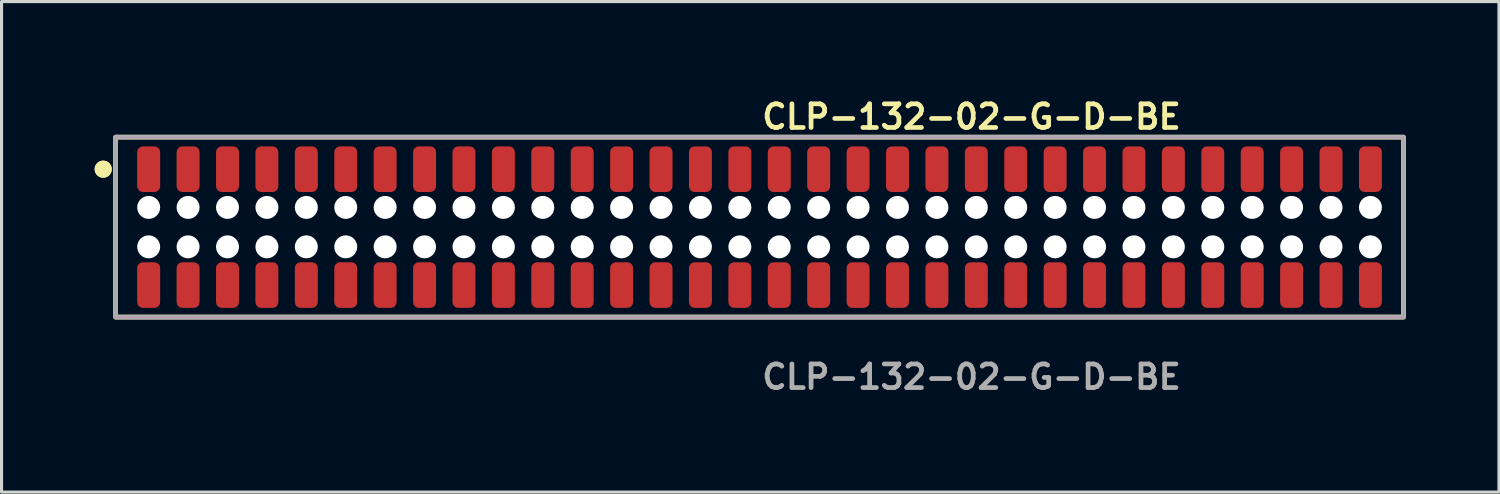
<source format=kicad_pcb>
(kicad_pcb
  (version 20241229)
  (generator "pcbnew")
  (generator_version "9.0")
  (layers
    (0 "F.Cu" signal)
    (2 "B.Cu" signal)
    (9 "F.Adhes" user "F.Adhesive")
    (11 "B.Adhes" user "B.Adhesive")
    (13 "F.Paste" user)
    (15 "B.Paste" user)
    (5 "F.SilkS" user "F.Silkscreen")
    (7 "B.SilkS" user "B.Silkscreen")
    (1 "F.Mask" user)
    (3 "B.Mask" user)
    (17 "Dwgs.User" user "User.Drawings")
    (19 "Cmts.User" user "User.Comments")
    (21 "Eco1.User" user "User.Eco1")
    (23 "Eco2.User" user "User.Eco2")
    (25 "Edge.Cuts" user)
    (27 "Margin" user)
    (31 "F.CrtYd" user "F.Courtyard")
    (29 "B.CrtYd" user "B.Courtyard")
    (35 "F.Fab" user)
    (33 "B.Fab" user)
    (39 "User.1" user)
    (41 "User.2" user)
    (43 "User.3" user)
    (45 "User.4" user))
  (footprint "CLP-132-02-G-D-BE"
    (layer "F.Cu")
    (at 21.426 4.269)
    (property "Reference" "CLP-132-02-G-D-BE" (at 0 -3.556 0) (unlocked yes) (layer "F.SilkS") (effects (font (size 0.762 0.762) (thickness 0.152)) (justify left)))
    (fp_rect (start -20.75 2.9) (end 20.75 -2.9) (stroke (width 0.152) (type solid)) (fill no) (layer "F.SilkS"))
    (fp_circle (center -21.15 -1.867) (end -21.35 -1.867) (stroke (width 0.152) (type solid)) (fill yes) (layer "F.SilkS"))
    (fp_circle (center -21.15 -1.867) (end -21.35 -1.867) (stroke (width 0.152) (type solid)) (fill yes) (layer "F.SilkS"))
    (fp_rect (start -20.75 2.9) (end 20.75 -2.9) (stroke (width 0.006) (type solid)) (fill no) (layer "F.CrtYd"))
    (fp_rect (start -20.75 2.9) (end 20.75 -2.9) (stroke (width 0.152) (type solid)) (fill no) (layer "F.Fab"))
    (fp_text user "${REFERENCE}" (at 0 4.826 0) (unlocked yes) (layer "F.Fab") (effects (font (size 0.762 0.762) (thickness 0.152)) (justify left)))
    (pad "" np_thru_hole circle (at -19.685 -0.635) (size 0.74 0.74) (drill 0.74) (layers "*.Cu" "*.Mask"))
    (pad "" np_thru_hole circle (at -19.685 0.635) (size 0.74 0.74) (drill 0.74) (layers "*.Cu" "*.Mask"))
    (pad "" np_thru_hole circle (at -18.415 -0.635) (size 0.74 0.74) (drill 0.74) (layers "*.Cu" "*.Mask"))
    (pad "" np_thru_hole circle (at -18.415 0.635) (size 0.74 0.74) (drill 0.74) (layers "*.Cu" "*.Mask"))
    (pad "" np_thru_hole circle (at -17.145 -0.635) (size 0.74 0.74) (drill 0.74) (layers "*.Cu" "*.Mask"))
    (pad "" np_thru_hole circle (at -17.145 0.635) (size 0.74 0.74) (drill 0.74) (layers "*.Cu" "*.Mask"))
    (pad "" np_thru_hole circle (at -15.875 -0.635) (size 0.74 0.74) (drill 0.74) (layers "*.Cu" "*.Mask"))
    (pad "" np_thru_hole circle (at -15.875 0.635) (size 0.74 0.74) (drill 0.74) (layers "*.Cu" "*.Mask"))
    (pad "" np_thru_hole circle (at -14.605 -0.635) (size 0.74 0.74) (drill 0.74) (layers "*.Cu" "*.Mask"))
    (pad "" np_thru_hole circle (at -14.605 0.635) (size 0.74 0.74) (drill 0.74) (layers "*.Cu" "*.Mask"))
    (pad "" np_thru_hole circle (at -13.335 -0.635) (size 0.74 0.74) (drill 0.74) (layers "*.Cu" "*.Mask"))
    (pad "" np_thru_hole circle (at -13.335 0.635) (size 0.74 0.74) (drill 0.74) (layers "*.Cu" "*.Mask"))
    (pad "" np_thru_hole circle (at -12.065 -0.635) (size 0.74 0.74) (drill 0.74) (layers "*.Cu" "*.Mask"))
    (pad "" np_thru_hole circle (at -12.065 0.635) (size 0.74 0.74) (drill 0.74) (layers "*.Cu" "*.Mask"))
    (pad "" np_thru_hole circle (at -10.795 -0.635) (size 0.74 0.74) (drill 0.74) (layers "*.Cu" "*.Mask"))
    (pad "" np_thru_hole circle (at -10.795 0.635) (size 0.74 0.74) (drill 0.74) (layers "*.Cu" "*.Mask"))
    (pad "" np_thru_hole circle (at -9.525 -0.635) (size 0.74 0.74) (drill 0.74) (layers "*.Cu" "*.Mask"))
    (pad "" np_thru_hole circle (at -9.525 0.635) (size 0.74 0.74) (drill 0.74) (layers "*.Cu" "*.Mask"))
    (pad "" np_thru_hole circle (at -8.255 -0.635) (size 0.74 0.74) (drill 0.74) (layers "*.Cu" "*.Mask"))
    (pad "" np_thru_hole circle (at -8.255 0.635) (size 0.74 0.74) (drill 0.74) (layers "*.Cu" "*.Mask"))
    (pad "" np_thru_hole circle (at -6.985 -0.635) (size 0.74 0.74) (drill 0.74) (layers "*.Cu" "*.Mask"))
    (pad "" np_thru_hole circle (at -6.985 0.635) (size 0.74 0.74) (drill 0.74) (layers "*.Cu" "*.Mask"))
    (pad "" np_thru_hole circle (at -5.715 -0.635) (size 0.74 0.74) (drill 0.74) (layers "*.Cu" "*.Mask"))
    (pad "" np_thru_hole circle (at -5.715 0.635) (size 0.74 0.74) (drill 0.74) (layers "*.Cu" "*.Mask"))
    (pad "" np_thru_hole circle (at -4.445 -0.635) (size 0.74 0.74) (drill 0.74) (layers "*.Cu" "*.Mask"))
    (pad "" np_thru_hole circle (at -4.445 0.635) (size 0.74 0.74) (drill 0.74) (layers "*.Cu" "*.Mask"))
    (pad "" np_thru_hole circle (at -3.175 -0.635) (size 0.74 0.74) (drill 0.74) (layers "*.Cu" "*.Mask"))
    (pad "" np_thru_hole circle (at -3.175 0.635) (size 0.74 0.74) (drill 0.74) (layers "*.Cu" "*.Mask"))
    (pad "" np_thru_hole circle (at -1.905 -0.635) (size 0.74 0.74) (drill 0.74) (layers "*.Cu" "*.Mask"))
    (pad "" np_thru_hole circle (at -1.905 0.635) (size 0.74 0.74) (drill 0.74) (layers "*.Cu" "*.Mask"))
    (pad "" np_thru_hole circle (at -0.635 -0.635) (size 0.74 0.74) (drill 0.74) (layers "*.Cu" "*.Mask"))
    (pad "" np_thru_hole circle (at -0.635 0.635) (size 0.74 0.74) (drill 0.74) (layers "*.Cu" "*.Mask"))
    (pad "" np_thru_hole circle (at 0.635 -0.635) (size 0.74 0.74) (drill 0.74) (layers "*.Cu" "*.Mask"))
    (pad "" np_thru_hole circle (at 0.635 0.635) (size 0.74 0.74) (drill 0.74) (layers "*.Cu" "*.Mask"))
    (pad "" np_thru_hole circle (at 1.905 -0.635) (size 0.74 0.74) (drill 0.74) (layers "*.Cu" "*.Mask"))
    (pad "" np_thru_hole circle (at 1.905 0.635) (size 0.74 0.74) (drill 0.74) (layers "*.Cu" "*.Mask"))
    (pad "" np_thru_hole circle (at 3.175 -0.635) (size 0.74 0.74) (drill 0.74) (layers "*.Cu" "*.Mask"))
    (pad "" np_thru_hole circle (at 3.175 0.635) (size 0.74 0.74) (drill 0.74) (layers "*.Cu" "*.Mask"))
    (pad "" np_thru_hole circle (at 4.445 -0.635) (size 0.74 0.74) (drill 0.74) (layers "*.Cu" "*.Mask"))
    (pad "" np_thru_hole circle (at 4.445 0.635) (size 0.74 0.74) (drill 0.74) (layers "*.Cu" "*.Mask"))
    (pad "" np_thru_hole circle (at 5.715 -0.635) (size 0.74 0.74) (drill 0.74) (layers "*.Cu" "*.Mask"))
    (pad "" np_thru_hole circle (at 5.715 0.635) (size 0.74 0.74) (drill 0.74) (layers "*.Cu" "*.Mask"))
    (pad "" np_thru_hole circle (at 6.985 -0.635) (size 0.74 0.74) (drill 0.74) (layers "*.Cu" "*.Mask"))
    (pad "" np_thru_hole circle (at 6.985 0.635) (size 0.74 0.74) (drill 0.74) (layers "*.Cu" "*.Mask"))
    (pad "" np_thru_hole circle (at 8.255 -0.635) (size 0.74 0.74) (drill 0.74) (layers "*.Cu" "*.Mask"))
    (pad "" np_thru_hole circle (at 8.255 0.635) (size 0.74 0.74) (drill 0.74) (layers "*.Cu" "*.Mask"))
    (pad "" np_thru_hole circle (at 9.525 -0.635) (size 0.74 0.74) (drill 0.74) (layers "*.Cu" "*.Mask"))
    (pad "" np_thru_hole circle (at 9.525 0.635) (size 0.74 0.74) (drill 0.74) (layers "*.Cu" "*.Mask"))
    (pad "" np_thru_hole circle (at 10.795 -0.635) (size 0.74 0.74) (drill 0.74) (layers "*.Cu" "*.Mask"))
    (pad "" np_thru_hole circle (at 10.795 0.635) (size 0.74 0.74) (drill 0.74) (layers "*.Cu" "*.Mask"))
    (pad "" np_thru_hole circle (at 12.065 -0.635) (size 0.74 0.74) (drill 0.74) (layers "*.Cu" "*.Mask"))
    (pad "" np_thru_hole circle (at 12.065 0.635) (size 0.74 0.74) (drill 0.74) (layers "*.Cu" "*.Mask"))
    (pad "" np_thru_hole circle (at 13.335 -0.635) (size 0.74 0.74) (drill 0.74) (layers "*.Cu" "*.Mask"))
    (pad "" np_thru_hole circle (at 13.335 0.635) (size 0.74 0.74) (drill 0.74) (layers "*.Cu" "*.Mask"))
    (pad "" np_thru_hole circle (at 14.605 -0.635) (size 0.74 0.74) (drill 0.74) (layers "*.Cu" "*.Mask"))
    (pad "" np_thru_hole circle (at 14.605 0.635) (size 0.74 0.74) (drill 0.74) (layers "*.Cu" "*.Mask"))
    (pad "" np_thru_hole circle (at 15.875 -0.635) (size 0.74 0.74) (drill 0.74) (layers "*.Cu" "*.Mask"))
    (pad "" np_thru_hole circle (at 15.875 0.635) (size 0.74 0.74) (drill 0.74) (layers "*.Cu" "*.Mask"))
    (pad "" np_thru_hole circle (at 17.145 -0.635) (size 0.74 0.74) (drill 0.74) (layers "*.Cu" "*.Mask"))
    (pad "" np_thru_hole circle (at 17.145 0.635) (size 0.74 0.74) (drill 0.74) (layers "*.Cu" "*.Mask"))
    (pad "" np_thru_hole circle (at 18.415 -0.635) (size 0.74 0.74) (drill 0.74) (layers "*.Cu" "*.Mask"))
    (pad "" np_thru_hole circle (at 18.415 0.635) (size 0.74 0.74) (drill 0.74) (layers "*.Cu" "*.Mask"))
    (pad "" np_thru_hole circle (at 19.685 -0.635) (size 0.74 0.74) (drill 0.74) (layers "*.Cu" "*.Mask"))
    (pad "" np_thru_hole circle (at 19.685 0.635) (size 0.74 0.74) (drill 0.74) (layers "*.Cu" "*.Mask"))
    (pad "1" smd roundrect (at -19.685 -1.867) (size 0.74 1.47) (layers "F.Cu" "F.Paste") (roundrect_rratio 0.25))
    (pad "2" smd roundrect (at -19.685 1.867) (size 0.74 1.47) (layers "F.Cu" "F.Paste") (roundrect_rratio 0.25))
    (pad "3" smd roundrect (at -18.415 -1.867) (size 0.74 1.47) (layers "F.Cu" "F.Paste") (roundrect_rratio 0.25))
    (pad "4" smd roundrect (at -18.415 1.867) (size 0.74 1.47) (layers "F.Cu" "F.Paste") (roundrect_rratio 0.25))
    (pad "5" smd roundrect (at -17.145 -1.867) (size 0.74 1.47) (layers "F.Cu" "F.Paste") (roundrect_rratio 0.25))
    (pad "6" smd roundrect (at -17.145 1.867) (size 0.74 1.47) (layers "F.Cu" "F.Paste") (roundrect_rratio 0.25))
    (pad "7" smd roundrect (at -15.875 -1.867) (size 0.74 1.47) (layers "F.Cu" "F.Paste") (roundrect_rratio 0.25))
    (pad "8" smd roundrect (at -15.875 1.867) (size 0.74 1.47) (layers "F.Cu" "F.Paste") (roundrect_rratio 0.25))
    (pad "9" smd roundrect (at -14.605 -1.867) (size 0.74 1.47) (layers "F.Cu" "F.Paste") (roundrect_rratio 0.25))
    (pad "10" smd roundrect (at -14.605 1.867) (size 0.74 1.47) (layers "F.Cu" "F.Paste") (roundrect_rratio 0.25))
    (pad "11" smd roundrect (at -13.335 -1.867) (size 0.74 1.47) (layers "F.Cu" "F.Paste") (roundrect_rratio 0.25))
    (pad "12" smd roundrect (at -13.335 1.867) (size 0.74 1.47) (layers "F.Cu" "F.Paste") (roundrect_rratio 0.25))
    (pad "13" smd roundrect (at -12.065 -1.867) (size 0.74 1.47) (layers "F.Cu" "F.Paste") (roundrect_rratio 0.25))
    (pad "14" smd roundrect (at -12.065 1.867) (size 0.74 1.47) (layers "F.Cu" "F.Paste") (roundrect_rratio 0.25))
    (pad "15" smd roundrect (at -10.795 -1.867) (size 0.74 1.47) (layers "F.Cu" "F.Paste") (roundrect_rratio 0.25))
    (pad "16" smd roundrect (at -10.795 1.867) (size 0.74 1.47) (layers "F.Cu" "F.Paste") (roundrect_rratio 0.25))
    (pad "17" smd roundrect (at -9.525 -1.867) (size 0.74 1.47) (layers "F.Cu" "F.Paste") (roundrect_rratio 0.25))
    (pad "18" smd roundrect (at -9.525 1.867) (size 0.74 1.47) (layers "F.Cu" "F.Paste") (roundrect_rratio 0.25))
    (pad "19" smd roundrect (at -8.255 -1.867) (size 0.74 1.47) (layers "F.Cu" "F.Paste") (roundrect_rratio 0.25))
    (pad "20" smd roundrect (at -8.255 1.867) (size 0.74 1.47) (layers "F.Cu" "F.Paste") (roundrect_rratio 0.25))
    (pad "21" smd roundrect (at -6.985 -1.867) (size 0.74 1.47) (layers "F.Cu" "F.Paste") (roundrect_rratio 0.25))
    (pad "22" smd roundrect (at -6.985 1.867) (size 0.74 1.47) (layers "F.Cu" "F.Paste") (roundrect_rratio 0.25))
    (pad "23" smd roundrect (at -5.715 -1.867) (size 0.74 1.47) (layers "F.Cu" "F.Paste") (roundrect_rratio 0.25))
    (pad "24" smd roundrect (at -5.715 1.867) (size 0.74 1.47) (layers "F.Cu" "F.Paste") (roundrect_rratio 0.25))
    (pad "25" smd roundrect (at -4.445 -1.867) (size 0.74 1.47) (layers "F.Cu" "F.Paste") (roundrect_rratio 0.25))
    (pad "26" smd roundrect (at -4.445 1.867) (size 0.74 1.47) (layers "F.Cu" "F.Paste") (roundrect_rratio 0.25))
    (pad "27" smd roundrect (at -3.175 -1.867) (size 0.74 1.47) (layers "F.Cu" "F.Paste") (roundrect_rratio 0.25))
    (pad "28" smd roundrect (at -3.175 1.867) (size 0.74 1.47) (layers "F.Cu" "F.Paste") (roundrect_rratio 0.25))
    (pad "29" smd roundrect (at -1.905 -1.867) (size 0.74 1.47) (layers "F.Cu" "F.Paste") (roundrect_rratio 0.25))
    (pad "30" smd roundrect (at -1.905 1.867) (size 0.74 1.47) (layers "F.Cu" "F.Paste") (roundrect_rratio 0.25))
    (pad "31" smd roundrect (at -0.635 -1.867) (size 0.74 1.47) (layers "F.Cu" "F.Paste") (roundrect_rratio 0.25))
    (pad "32" smd roundrect (at -0.635 1.867) (size 0.74 1.47) (layers "F.Cu" "F.Paste") (roundrect_rratio 0.25))
    (pad "33" smd roundrect (at 0.635 -1.867) (size 0.74 1.47) (layers "F.Cu" "F.Paste") (roundrect_rratio 0.25))
    (pad "34" smd roundrect (at 0.635 1.867) (size 0.74 1.47) (layers "F.Cu" "F.Paste") (roundrect_rratio 0.25))
    (pad "35" smd roundrect (at 1.905 -1.867) (size 0.74 1.47) (layers "F.Cu" "F.Paste") (roundrect_rratio 0.25))
    (pad "36" smd roundrect (at 1.905 1.867) (size 0.74 1.47) (layers "F.Cu" "F.Paste") (roundrect_rratio 0.25))
    (pad "37" smd roundrect (at 3.175 -1.867) (size 0.74 1.47) (layers "F.Cu" "F.Paste") (roundrect_rratio 0.25))
    (pad "38" smd roundrect (at 3.175 1.867) (size 0.74 1.47) (layers "F.Cu" "F.Paste") (roundrect_rratio 0.25))
    (pad "39" smd roundrect (at 4.445 -1.867) (size 0.74 1.47) (layers "F.Cu" "F.Paste") (roundrect_rratio 0.25))
    (pad "40" smd roundrect (at 4.445 1.867) (size 0.74 1.47) (layers "F.Cu" "F.Paste") (roundrect_rratio 0.25))
    (pad "41" smd roundrect (at 5.715 -1.867) (size 0.74 1.47) (layers "F.Cu" "F.Paste") (roundrect_rratio 0.25))
    (pad "42" smd roundrect (at 5.715 1.867) (size 0.74 1.47) (layers "F.Cu" "F.Paste") (roundrect_rratio 0.25))
    (pad "43" smd roundrect (at 6.985 -1.867) (size 0.74 1.47) (layers "F.Cu" "F.Paste") (roundrect_rratio 0.25))
    (pad "44" smd roundrect (at 6.985 1.867) (size 0.74 1.47) (layers "F.Cu" "F.Paste") (roundrect_rratio 0.25))
    (pad "45" smd roundrect (at 8.255 -1.867) (size 0.74 1.47) (layers "F.Cu" "F.Paste") (roundrect_rratio 0.25))
    (pad "46" smd roundrect (at 8.255 1.867) (size 0.74 1.47) (layers "F.Cu" "F.Paste") (roundrect_rratio 0.25))
    (pad "47" smd roundrect (at 9.525 -1.867) (size 0.74 1.47) (layers "F.Cu" "F.Paste") (roundrect_rratio 0.25))
    (pad "48" smd roundrect (at 9.525 1.867) (size 0.74 1.47) (layers "F.Cu" "F.Paste") (roundrect_rratio 0.25))
    (pad "49" smd roundrect (at 10.795 -1.867) (size 0.74 1.47) (layers "F.Cu" "F.Paste") (roundrect_rratio 0.25))
    (pad "50" smd roundrect (at 10.795 1.867) (size 0.74 1.47) (layers "F.Cu" "F.Paste") (roundrect_rratio 0.25))
    (pad "51" smd roundrect (at 12.065 -1.867) (size 0.74 1.47) (layers "F.Cu" "F.Paste") (roundrect_rratio 0.25))
    (pad "52" smd roundrect (at 12.065 1.867) (size 0.74 1.47) (layers "F.Cu" "F.Paste") (roundrect_rratio 0.25))
    (pad "53" smd roundrect (at 13.335 -1.867) (size 0.74 1.47) (layers "F.Cu" "F.Paste") (roundrect_rratio 0.25))
    (pad "54" smd roundrect (at 13.335 1.867) (size 0.74 1.47) (layers "F.Cu" "F.Paste") (roundrect_rratio 0.25))
    (pad "55" smd roundrect (at 14.605 -1.867) (size 0.74 1.47) (layers "F.Cu" "F.Paste") (roundrect_rratio 0.25))
    (pad "56" smd roundrect (at 14.605 1.867) (size 0.74 1.47) (layers "F.Cu" "F.Paste") (roundrect_rratio 0.25))
    (pad "57" smd roundrect (at 15.875 -1.867) (size 0.74 1.47) (layers "F.Cu" "F.Paste") (roundrect_rratio 0.25))
    (pad "58" smd roundrect (at 15.875 1.867) (size 0.74 1.47) (layers "F.Cu" "F.Paste") (roundrect_rratio 0.25))
    (pad "59" smd roundrect (at 17.145 -1.867) (size 0.74 1.47) (layers "F.Cu" "F.Paste") (roundrect_rratio 0.25))
    (pad "60" smd roundrect (at 17.145 1.867) (size 0.74 1.47) (layers "F.Cu" "F.Paste") (roundrect_rratio 0.25))
    (pad "61" smd roundrect (at 18.415 -1.867) (size 0.74 1.47) (layers "F.Cu" "F.Paste") (roundrect_rratio 0.25))
    (pad "62" smd roundrect (at 18.415 1.867) (size 0.74 1.47) (layers "F.Cu" "F.Paste") (roundrect_rratio 0.25))
    (pad "63" smd roundrect (at 19.685 -1.867) (size 0.74 1.47) (layers "F.Cu" "F.Paste") (roundrect_rratio 0.25))
    (pad "64" smd roundrect (at 19.685 1.867) (size 0.74 1.47) (layers "F.Cu" "F.Paste") (roundrect_rratio 0.25)))
  (gr_rect
    (start -3 -3)
    (end 45.252 12.808)
    (stroke (width 0.1) (type default))
    (fill no)
    (layer "Edge.Cuts")))
</source>
